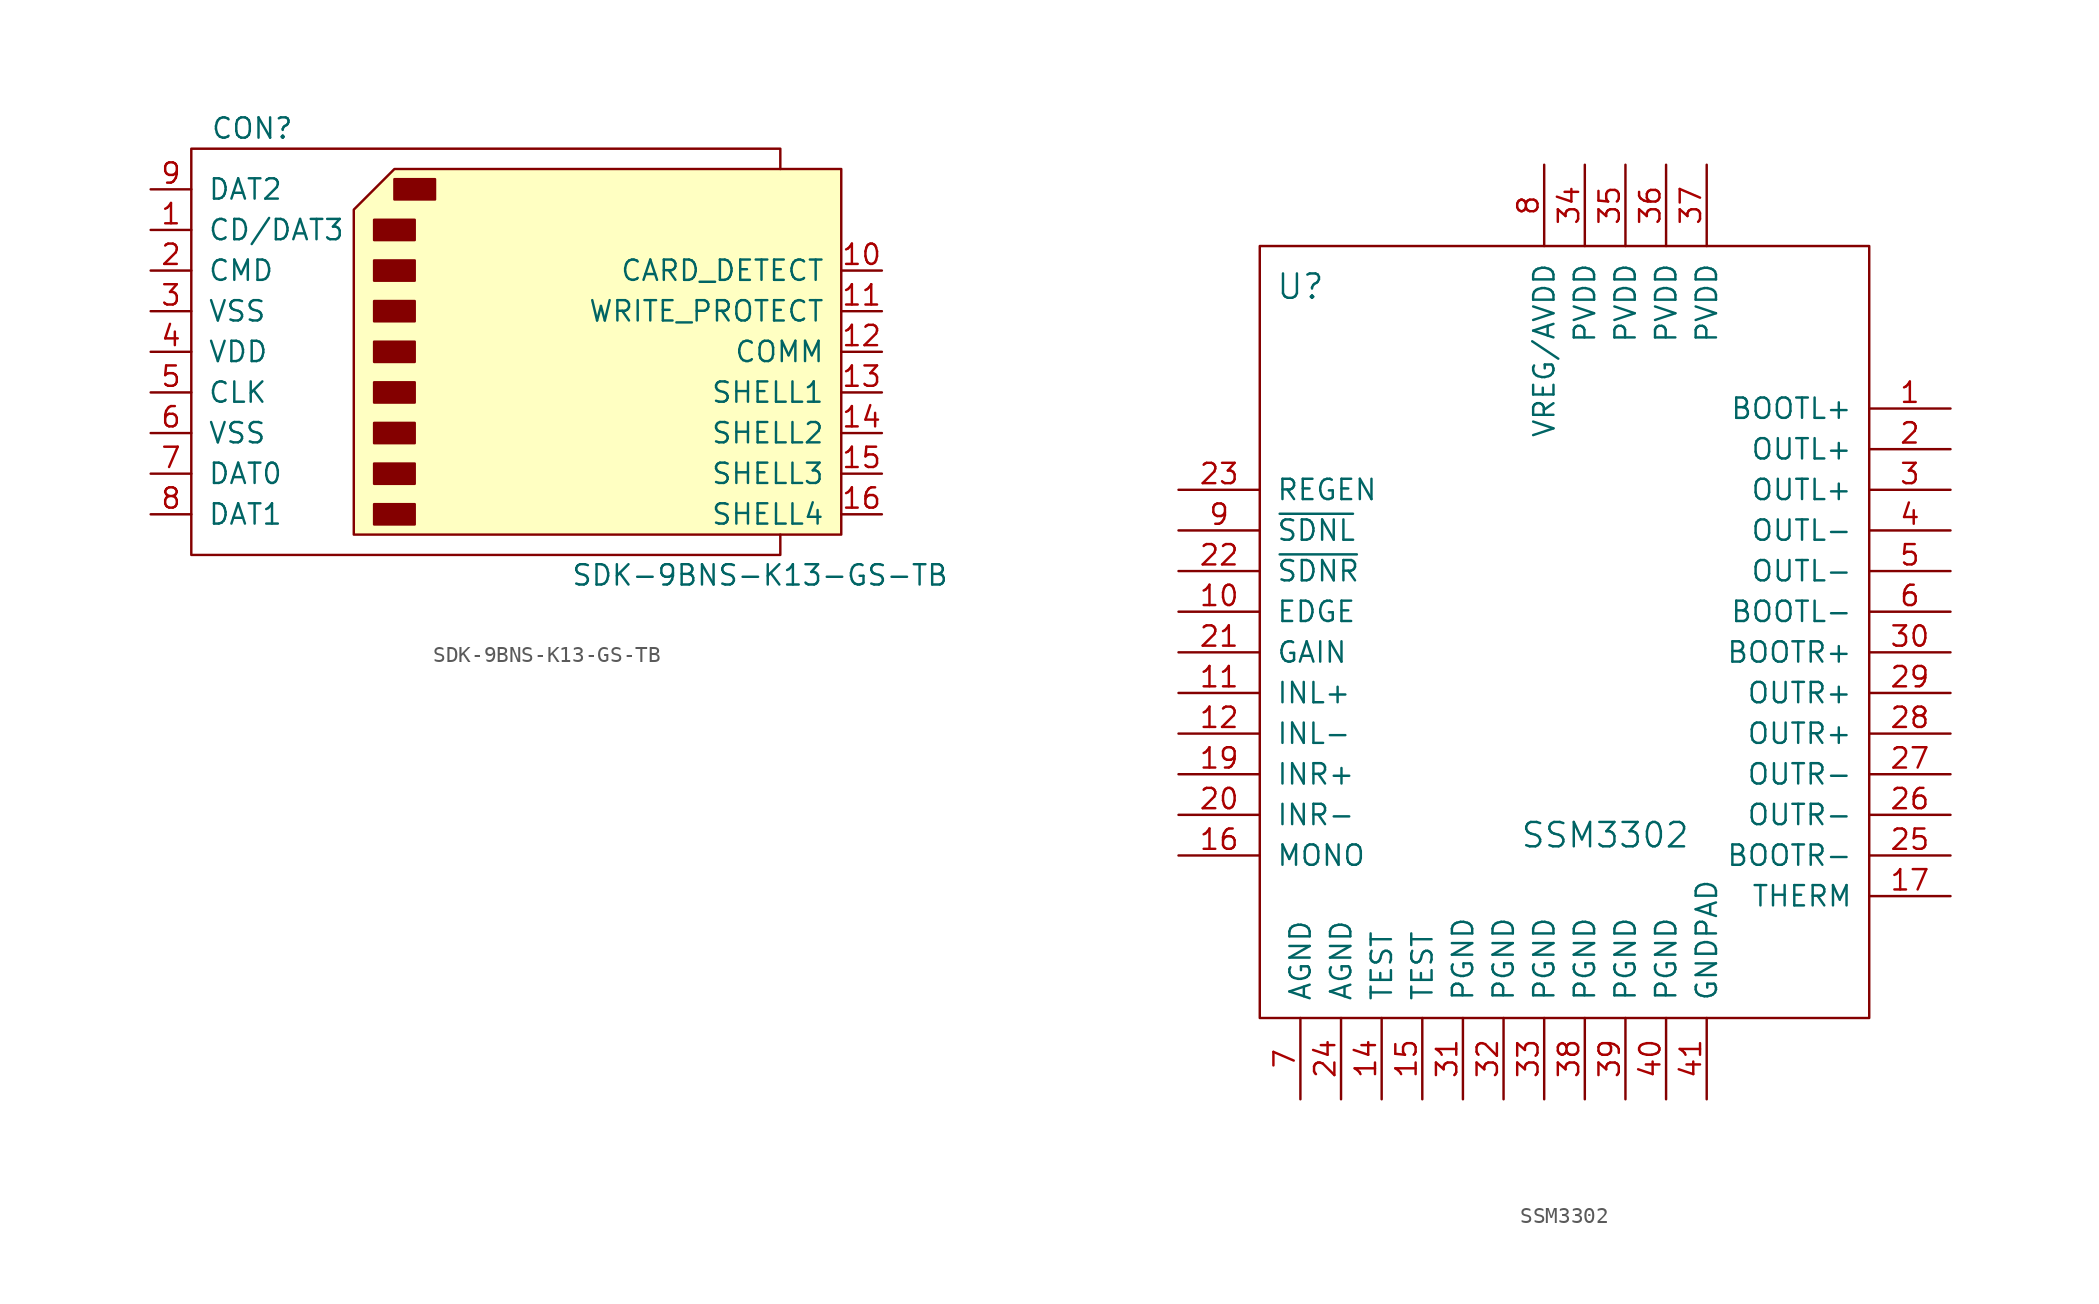
<source format=kicad_sym>
(kicad_symbol_lib
  (version 20211014)
  (generator kicad_symbol_editor)
  (symbol "SDK-9BNS-K13-GS-TB"
    (pin_names
      (offset 1.016))
    (property "Reference" "CON"
      (at -16.51 13.97 0)
      (effects (font (size 1.27 1.27))))
    (property "Value" "SDK-9BNS-K13-GS-TB"
      (at 15.24 -13.97 0)
      (effects (font (size 1.27 1.27))))
    (property "Datasheet" ""
      (at 0 0 0)
      (effects (font (size 1.27 1.27))))
    (symbol "SDK-9BNS-K13-GS-TB_0_1"
      (rectangle (start -8.89 -9.525) (end -6.35 -10.795) (stroke (width 0) (type default) (color 0 0 0 0)) (fill (type outline)))
      (rectangle (start -8.89 -6.985) (end -6.35 -8.255) (stroke (width 0) (type default) (color 0 0 0 0)) (fill (type outline)))
      (rectangle (start -8.89 -4.445) (end -6.35 -5.715) (stroke (width 0) (type default) (color 0 0 0 0)) (fill (type outline)))
      (rectangle (start -8.89 -1.905) (end -6.35 -3.175) (stroke (width 0) (type default) (color 0 0 0 0)) (fill (type outline)))
      (rectangle (start -8.89 0.635) (end -6.35 -0.635) (stroke (width 0) (type default) (color 0 0 0 0)) (fill (type outline)))
      (rectangle (start -8.89 3.175) (end -6.35 1.905) (stroke (width 0) (type default) (color 0 0 0 0)) (fill (type outline)))
      (rectangle (start -8.89 5.715) (end -6.35 4.445) (stroke (width 0) (type default) (color 0 0 0 0)) (fill (type outline)))
      (rectangle (start -8.89 8.255) (end -6.35 6.985) (stroke (width 0) (type default) (color 0 0 0 0)) (fill (type outline)))
      (rectangle (start -7.62 10.795) (end -5.08 9.525) (stroke (width 0) (type default) (color 0 0 0 0)) (fill (type outline)))
      (polyline (pts (xy -10.16 8.89) (xy -7.62 11.43) (xy 20.32 11.43) (xy 20.32 -11.43) (xy -10.16 -11.43) (xy -10.16 8.89)) (stroke (width 0) (type default) (color 0 0 0 0)) (fill (type background)))
      (polyline (pts (xy 16.51 11.43) (xy 16.51 12.7) (xy -20.32 12.7) (xy -20.32 -12.7) (xy 16.51 -12.7) (xy 16.51 -11.43)) (stroke (width 0) (type default) (color 0 0 0 0)) (fill (type none))))
    (symbol "SDK-9BNS-K13-GS-TB_1_1"
      (pin input line (at -22.86 7.62 0) (length 2.54) (name "CD/DAT3" (effects (font (size 1.27 1.27)))) (number "1" (effects (font (size 1.27 1.27)))))
      (pin input line (at 22.86 5.08 180) (length 2.54) (name "CARD_DETECT" (effects (font (size 1.27 1.27)))) (number "10" (effects (font (size 1.27 1.27)))))
      (pin input line (at 22.86 2.54 180) (length 2.54) (name "WRITE_PROTECT" (effects (font (size 1.27 1.27)))) (number "11" (effects (font (size 1.27 1.27)))))
      (pin passive line (at 22.86 0 180) (length 2.54) (name "COMM" (effects (font (size 1.27 1.27)))) (number "12" (effects (font (size 1.27 1.27)))))
      (pin input line (at 22.86 -2.54 180) (length 2.54) (name "SHELL1" (effects (font (size 1.27 1.27)))) (number "13" (effects (font (size 1.27 1.27)))))
      (pin input line (at 22.86 -5.08 180) (length 2.54) (name "SHELL2" (effects (font (size 1.27 1.27)))) (number "14" (effects (font (size 1.27 1.27)))))
      (pin input line (at 22.86 -7.62 180) (length 2.54) (name "SHELL3" (effects (font (size 1.27 1.27)))) (number "15" (effects (font (size 1.27 1.27)))))
      (pin input line (at 22.86 -10.16 180) (length 2.54) (name "SHELL4" (effects (font (size 1.27 1.27)))) (number "16" (effects (font (size 1.27 1.27)))))
      (pin input line (at -22.86 5.08 0) (length 2.54) (name "CMD" (effects (font (size 1.27 1.27)))) (number "2" (effects (font (size 1.27 1.27)))))
      (pin input line (at -22.86 2.54 0) (length 2.54) (name "VSS" (effects (font (size 1.27 1.27)))) (number "3" (effects (font (size 1.27 1.27)))))
      (pin input line (at -22.86 0 0) (length 2.54) (name "VDD" (effects (font (size 1.27 1.27)))) (number "4" (effects (font (size 1.27 1.27)))))
      (pin input line (at -22.86 -2.54 0) (length 2.54) (name "CLK" (effects (font (size 1.27 1.27)))) (number "5" (effects (font (size 1.27 1.27)))))
      (pin input line (at -22.86 -5.08 0) (length 2.54) (name "VSS" (effects (font (size 1.27 1.27)))) (number "6" (effects (font (size 1.27 1.27)))))
      (pin input line (at -22.86 -7.62 0) (length 2.54) (name "DAT0" (effects (font (size 1.27 1.27)))) (number "7" (effects (font (size 1.27 1.27)))))
      (pin input line (at -22.86 -10.16 0) (length 2.54) (name "DAT1" (effects (font (size 1.27 1.27)))) (number "8" (effects (font (size 1.27 1.27)))))
      (pin input line (at -22.86 10.16 0) (length 2.54) (name "DAT2" (effects (font (size 1.27 1.27)))) (number "9" (effects (font (size 1.27 1.27)))))))
  (symbol "SSM3302"
    (pin_names
      (offset 1.016))
    (property "Reference" "U"
      (at 7.62 12.7 0)
      (effects (font (size 1.524 1.524))))
    (property "Value" "SSM3302"
      (at 26.67 -21.59 0)
      (effects (font (size 1.524 1.524))))
    (property "Footprint" ""
      (at 24.13 -5.08 0)
      (effects (font (size 1.524 1.524))))
    (property "Datasheet" ""
      (at 24.13 -5.08 0)
      (effects (font (size 1.524 1.524))))
    (symbol "SSM3302_0_1"
      (rectangle (start 5.08 15.24) (end 43.18 -33.02) (stroke (width 0) (type default) (color 0 0 0 0)) (fill (type none))))
    (symbol "SSM3302_1_1"
      (pin passive line (at 48.26 5.08 180) (length 5.08) (name "BOOTL+" (effects (font (size 1.27 1.27)))) (number "1" (effects (font (size 1.27 1.27)))))
      (pin input line (at 0 -7.62 0) (length 5.08) (name "EDGE" (effects (font (size 1.27 1.27)))) (number "10" (effects (font (size 1.27 1.27)))))
      (pin input line (at 0 -12.7 0) (length 5.08) (name "INL+" (effects (font (size 1.27 1.27)))) (number "11" (effects (font (size 1.27 1.27)))))
      (pin input line (at 0 -15.24 0) (length 5.08) (name "INL-" (effects (font (size 1.27 1.27)))) (number "12" (effects (font (size 1.27 1.27)))))
      (pin no_connect line (at 17.78 20.32 270) (length 5.08) hide (name "NC" (effects (font (size 1.27 1.27)))) (number "13" (effects (font (size 1.27 1.27)))))
      (pin input line (at 12.7 -38.1 90) (length 5.08) (name "TEST" (effects (font (size 1.27 1.27)))) (number "14" (effects (font (size 1.27 1.27)))))
      (pin input line (at 15.24 -38.1 90) (length 5.08) (name "TEST" (effects (font (size 1.27 1.27)))) (number "15" (effects (font (size 1.27 1.27)))))
      (pin input line (at 0 -22.86 0) (length 5.08) (name "MONO" (effects (font (size 1.27 1.27)))) (number "16" (effects (font (size 1.27 1.27)))))
      (pin output line (at 48.26 -25.4 180) (length 5.08) (name "THERM" (effects (font (size 1.27 1.27)))) (number "17" (effects (font (size 1.27 1.27)))))
      (pin no_connect line (at 20.32 20.32 270) (length 5.08) hide (name "NC" (effects (font (size 1.27 1.27)))) (number "18" (effects (font (size 1.27 1.27)))))
      (pin input line (at 0 -17.78 0) (length 5.08) (name "INR+" (effects (font (size 1.27 1.27)))) (number "19" (effects (font (size 1.27 1.27)))))
      (pin passive line (at 48.26 2.54 180) (length 5.08) (name "OUTL+" (effects (font (size 1.27 1.27)))) (number "2" (effects (font (size 1.27 1.27)))))
      (pin input line (at 0 -20.32 0) (length 5.08) (name "INR-" (effects (font (size 1.27 1.27)))) (number "20" (effects (font (size 1.27 1.27)))))
      (pin input line (at 0 -10.16 0) (length 5.08) (name "GAIN" (effects (font (size 1.27 1.27)))) (number "21" (effects (font (size 1.27 1.27)))))
      (pin input line (at 0 -5.08 0) (length 5.08) (name "~{SDNR}" (effects (font (size 1.27 1.27)))) (number "22" (effects (font (size 1.27 1.27)))))
      (pin input line (at 0 0 0) (length 5.08) (name "REGEN" (effects (font (size 1.27 1.27)))) (number "23" (effects (font (size 1.27 1.27)))))
      (pin power_in line (at 10.16 -38.1 90) (length 5.08) (name "AGND" (effects (font (size 1.27 1.27)))) (number "24" (effects (font (size 1.27 1.27)))))
      (pin passive line (at 48.26 -22.86 180) (length 5.08) (name "BOOTR-" (effects (font (size 1.27 1.27)))) (number "25" (effects (font (size 1.27 1.27)))))
      (pin passive line (at 48.26 -20.32 180) (length 5.08) (name "OUTR-" (effects (font (size 1.27 1.27)))) (number "26" (effects (font (size 1.27 1.27)))))
      (pin passive line (at 48.26 -17.78 180) (length 5.08) (name "OUTR-" (effects (font (size 1.27 1.27)))) (number "27" (effects (font (size 1.27 1.27)))))
      (pin passive line (at 48.26 -15.24 180) (length 5.08) (name "OUTR+" (effects (font (size 1.27 1.27)))) (number "28" (effects (font (size 1.27 1.27)))))
      (pin passive line (at 48.26 -12.7 180) (length 5.08) (name "OUTR+" (effects (font (size 1.27 1.27)))) (number "29" (effects (font (size 1.27 1.27)))))
      (pin passive line (at 48.26 0 180) (length 5.08) (name "OUTL+" (effects (font (size 1.27 1.27)))) (number "3" (effects (font (size 1.27 1.27)))))
      (pin passive line (at 48.26 -10.16 180) (length 5.08) (name "BOOTR+" (effects (font (size 1.27 1.27)))) (number "30" (effects (font (size 1.27 1.27)))))
      (pin power_in line (at 17.78 -38.1 90) (length 5.08) (name "PGND" (effects (font (size 1.27 1.27)))) (number "31" (effects (font (size 1.27 1.27)))))
      (pin power_in line (at 20.32 -38.1 90) (length 5.08) (name "PGND" (effects (font (size 1.27 1.27)))) (number "32" (effects (font (size 1.27 1.27)))))
      (pin power_in line (at 22.86 -38.1 90) (length 5.08) (name "PGND" (effects (font (size 1.27 1.27)))) (number "33" (effects (font (size 1.27 1.27)))))
      (pin power_in line (at 25.4 20.32 270) (length 5.08) (name "PVDD" (effects (font (size 1.27 1.27)))) (number "34" (effects (font (size 1.27 1.27)))))
      (pin power_in line (at 27.94 20.32 270) (length 5.08) (name "PVDD" (effects (font (size 1.27 1.27)))) (number "35" (effects (font (size 1.27 1.27)))))
      (pin power_in line (at 30.48 20.32 270) (length 5.08) (name "PVDD" (effects (font (size 1.27 1.27)))) (number "36" (effects (font (size 1.27 1.27)))))
      (pin power_in line (at 33.02 20.32 270) (length 5.08) (name "PVDD" (effects (font (size 1.27 1.27)))) (number "37" (effects (font (size 1.27 1.27)))))
      (pin power_in line (at 25.4 -38.1 90) (length 5.08) (name "PGND" (effects (font (size 1.27 1.27)))) (number "38" (effects (font (size 1.27 1.27)))))
      (pin power_in line (at 27.94 -38.1 90) (length 5.08) (name "PGND" (effects (font (size 1.27 1.27)))) (number "39" (effects (font (size 1.27 1.27)))))
      (pin passive line (at 48.26 -2.54 180) (length 5.08) (name "OUTL-" (effects (font (size 1.27 1.27)))) (number "4" (effects (font (size 1.27 1.27)))))
      (pin power_in line (at 30.48 -38.1 90) (length 5.08) (name "PGND" (effects (font (size 1.27 1.27)))) (number "40" (effects (font (size 1.27 1.27)))))
      (pin power_in line (at 33.02 -38.1 90) (length 5.08) (name "GNDPAD" (effects (font (size 1.27 1.27)))) (number "41" (effects (font (size 1.27 1.27)))))
      (pin passive line (at 48.26 -5.08 180) (length 5.08) (name "OUTL-" (effects (font (size 1.27 1.27)))) (number "5" (effects (font (size 1.27 1.27)))))
      (pin passive line (at 48.26 -7.62 180) (length 5.08) (name "BOOTL-" (effects (font (size 1.27 1.27)))) (number "6" (effects (font (size 1.27 1.27)))))
      (pin power_in line (at 7.62 -38.1 90) (length 5.08) (name "AGND" (effects (font (size 1.27 1.27)))) (number "7" (effects (font (size 1.27 1.27)))))
      (pin power_in line (at 22.86 20.32 270) (length 5.08) (name "VREG/AVDD" (effects (font (size 1.27 1.27)))) (number "8" (effects (font (size 1.27 1.27)))))
      (pin input line (at 0 -2.54 0) (length 5.08) (name "~{SDNL}" (effects (font (size 1.27 1.27)))) (number "9" (effects (font (size 1.27 1.27))))))))
</source>
